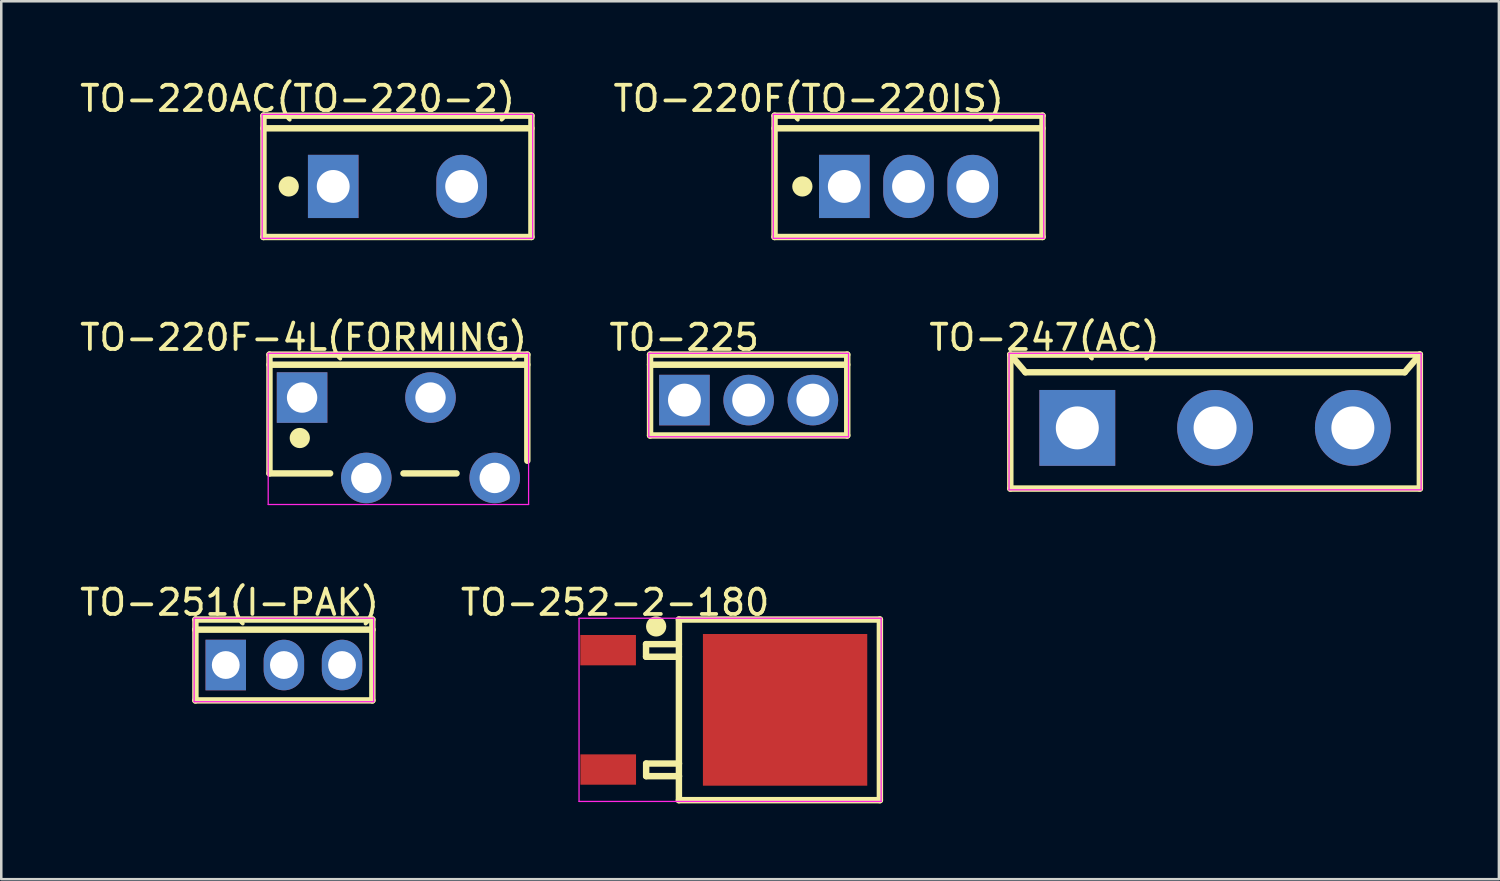
<source format=kicad_pcb>
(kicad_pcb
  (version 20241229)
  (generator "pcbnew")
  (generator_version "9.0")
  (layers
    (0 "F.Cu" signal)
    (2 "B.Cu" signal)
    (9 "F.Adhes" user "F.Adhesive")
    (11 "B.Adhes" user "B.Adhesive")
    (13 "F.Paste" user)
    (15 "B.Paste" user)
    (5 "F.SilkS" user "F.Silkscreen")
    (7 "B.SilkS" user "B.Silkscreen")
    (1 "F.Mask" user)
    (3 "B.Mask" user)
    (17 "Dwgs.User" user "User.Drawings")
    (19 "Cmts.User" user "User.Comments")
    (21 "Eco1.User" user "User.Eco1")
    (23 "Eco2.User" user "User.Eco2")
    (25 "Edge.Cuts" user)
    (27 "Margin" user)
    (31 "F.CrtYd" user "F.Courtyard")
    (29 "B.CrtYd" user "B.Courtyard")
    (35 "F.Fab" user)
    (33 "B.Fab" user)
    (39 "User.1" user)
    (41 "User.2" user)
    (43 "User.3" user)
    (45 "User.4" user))
  (footprint "TO-252-2-180"
    (layer "F.Cu")
    (at 21.005 25.029)
    (property "Reference" "TO-252-2-180" (at 0.275 -4.249 0) (layer "F.SilkS") (effects (font (size 1 1) (thickness 0.15))))
    (attr through_hole)
    (fp_line (start 1.5 -2.6) (end 2.8 -2.6) (stroke (width 0.254) (type solid)) (layer "F.SilkS"))
    (fp_line (start 1.5 -2.1) (end 1.5 -2.6) (stroke (width 0.254) (type solid)) (layer "F.SilkS"))
    (fp_line (start 1.5 -2.1) (end 2.8 -2.1) (stroke (width 0.254) (type solid)) (layer "F.SilkS"))
    (fp_line (start 1.504 2.123) (end 2.804 2.123) (stroke (width 0.254) (type solid)) (layer "F.SilkS"))
    (fp_line (start 1.504 2.623) (end 1.504 2.123) (stroke (width 0.254) (type solid)) (layer "F.SilkS"))
    (fp_line (start 1.504 2.623) (end 2.804 2.623) (stroke (width 0.254) (type solid)) (layer "F.SilkS"))
    (fp_line (start 2.8 -3.573) (end 10.75 -3.573) (stroke (width 0.254) (type solid)) (layer "F.SilkS"))
    (fp_line (start 2.8 3.573) (end 2.8 -3.573) (stroke (width 0.254) (type solid)) (layer "F.SilkS"))
    (fp_line (start 2.8 3.573) (end 10.75 3.573) (stroke (width 0.254) (type solid)) (layer "F.SilkS"))
    (fp_line (start 10.75 3.573) (end 10.75 -3.573) (stroke (width 0.254) (type solid)) (layer "F.SilkS"))
    (fp_circle (center 1.9 -3.3) (end 2.1 -3.3) (stroke (width 0.4) (type solid)) (fill no) (layer "F.SilkS"))
    (fp_line (start -1.15 -3.623) (end 10.8 -3.623) (stroke (width 0.05) (type solid)) (layer "F.CrtYd"))
    (fp_line (start -1.15 3.623) (end -1.15 -3.623) (stroke (width 0.05) (type solid)) (layer "F.CrtYd"))
    (fp_line (start 10.8 -3.623) (end 10.8 3.623) (stroke (width 0.05) (type solid)) (layer "F.CrtYd"))
    (fp_line (start 10.8 3.623) (end -1.15 3.623) (stroke (width 0.05) (type solid)) (layer "F.CrtYd"))
    (pad "1" smd rect (at 0 -2.361 270) (size 1.2 2.2) (layers "F.Cu" "F.Mask" "F.Paste"))
    (pad "2" smd rect (at 7 -0.00002 270) (size 6 6.5) (layers "F.Cu" "F.Mask" "F.Paste"))
    (pad "3" smd rect (at 0.004 2.361 90) (size 1.2 2.2) (layers "F.Cu" "F.Mask" "F.Paste")))
  (footprint "TO-220F-4L(FORMING)"
    (layer "F.Cu")
    (at 12.709 12.676)
    (property "Reference" "TO-220F-4L(FORMING)" (at -3.751 -2.376 0) (layer "F.SilkS") (effects (font (size 1 1) (thickness 0.15))))
    (attr through_hole)
    (fp_line (start -5.1 -1.7) (end 5.1 -1.7) (stroke (width 0.254) (type solid)) (layer "F.SilkS"))
    (fp_line (start -5.1 -1.3) (end 5.1 -1.3) (stroke (width 0.254) (type solid)) (layer "F.SilkS"))
    (fp_line (start -5.1 3) (end -5.1 -1.7) (stroke (width 0.254) (type solid)) (layer "F.SilkS"))
    (fp_line (start -5.1 3) (end -2.7 3) (stroke (width 0.254) (type solid)) (layer "F.SilkS"))
    (fp_line (start 0.2 3) (end 2.3 3) (stroke (width 0.254) (type solid)) (layer "F.SilkS"))
    (fp_line (start 5.1 2.5) (end 5.1 -1.7) (stroke (width 0.254) (type solid)) (layer "F.SilkS"))
    (fp_circle (center -3.9 1.6) (end -3.7 1.6) (stroke (width 0.4) (type solid)) (fill no) (layer "F.SilkS"))
    (fp_line (start -5.15 -1.75) (end 5.15 -1.75) (stroke (width 0.05) (type solid)) (layer "F.CrtYd"))
    (fp_line (start -5.15 4.23) (end -5.15 -1.75) (stroke (width 0.05) (type solid)) (layer "F.CrtYd"))
    (fp_line (start 5.15 -1.75) (end 5.15 4.23) (stroke (width 0.05) (type solid)) (layer "F.CrtYd"))
    (fp_line (start 5.15 4.23) (end -5.15 4.23) (stroke (width 0.05) (type solid)) (layer "F.CrtYd"))
    (pad "1" thru_hole rect (at -3.81 0) (size 2 2) (drill 1.2) (layers "*.Cu" "*.Mask"))
    (pad "2" thru_hole oval (at -1.27 3.18) (size 2 2) (drill 1.2) (layers "*.Cu" "*.Mask"))
    (pad "3" thru_hole oval (at 1.27 0) (size 2 2) (drill 1.2) (layers "*.Cu" "*.Mask"))
    (pad "4" thru_hole oval (at 3.81 3.18) (size 2 2) (drill 1.2) (layers "*.Cu" "*.Mask")))
  (footprint "TO-247(AC)"
    (layer "F.Cu")
    (at 45.014 13.876)
    (property "Reference" "TO-247(AC)" (at -6.751 -3.576 0) (layer "F.SilkS") (effects (font (size 1 1) (thickness 0.15))))
    (attr through_hole)
    (fp_line (start -8.1 -2.9) (end -7.5 -2.2) (stroke (width 0.254) (type solid)) (layer "F.SilkS"))
    (fp_line (start -8.1 -2.9) (end 8.1 -2.9) (stroke (width 0.254) (type solid)) (layer "F.SilkS"))
    (fp_line (start -8.1 2.4) (end -8.1 -2.9) (stroke (width 0.254) (type solid)) (layer "F.SilkS"))
    (fp_line (start -8.1 2.4) (end 8.1 2.4) (stroke (width 0.254) (type solid)) (layer "F.SilkS"))
    (fp_line (start -7.5 -2.2) (end 7.5 -2.2) (stroke (width 0.254) (type solid)) (layer "F.SilkS"))
    (fp_line (start 7.5 -2.2) (end 8.1 -2.9) (stroke (width 0.254) (type solid)) (layer "F.SilkS"))
    (fp_line (start 8.1 2.4) (end 8.1 -2.9) (stroke (width 0.254) (type solid)) (layer "F.SilkS"))
    (fp_line (start -8.15 -2.95) (end 8.15 -2.95) (stroke (width 0.05) (type solid)) (layer "F.CrtYd"))
    (fp_line (start -8.15 2.45) (end -8.15 -2.95) (stroke (width 0.05) (type solid)) (layer "F.CrtYd"))
    (fp_line (start 8.15 -2.95) (end 8.15 2.45) (stroke (width 0.05) (type solid)) (layer "F.CrtYd"))
    (fp_line (start 8.15 2.45) (end -8.15 2.45) (stroke (width 0.05) (type solid)) (layer "F.CrtYd"))
    (pad "1" thru_hole rect (at -5.45 0) (size 3 3) (drill 1.7) (layers "*.Cu" "*.Mask"))
    (pad "2" thru_hole oval (at 0 0) (size 3 3) (drill 1.7) (layers "*.Cu" "*.Mask"))
    (pad "3" thru_hole oval (at 5.45 0) (size 3 3) (drill 1.7) (layers "*.Cu" "*.Mask")))
  (footprint "TO-220AC(TO-220-2)"
    (layer "F.Cu")
    (at 12.671 4.325)
    (property "Reference" "TO-220AC(TO-220-2)" (at -3.951 -3.476 0) (layer "F.SilkS") (effects (font (size 1 1) (thickness 0.15))))
    (attr through_hole)
    (fp_line (start -5.3 -2.8) (end 5.3 -2.8) (stroke (width 0.254) (type solid)) (layer "F.SilkS"))
    (fp_line (start -5.3 -2.3) (end 5.3 -2.3) (stroke (width 0.254) (type solid)) (layer "F.SilkS"))
    (fp_line (start -5.3 2) (end -5.3 -2.8) (stroke (width 0.254) (type solid)) (layer "F.SilkS"))
    (fp_line (start -5.3 2) (end 5.3 2) (stroke (width 0.254) (type solid)) (layer "F.SilkS"))
    (fp_line (start 5.3 2) (end 5.3 -2.8) (stroke (width 0.254) (type solid)) (layer "F.SilkS"))
    (fp_circle (center -4.3 0) (end -4.1 0) (stroke (width 0.4) (type solid)) (fill no) (layer "F.SilkS"))
    (fp_line (start -5.35 -2.85) (end 5.35 -2.85) (stroke (width 0.05) (type solid)) (layer "F.CrtYd"))
    (fp_line (start -5.35 2.05) (end -5.35 -2.85) (stroke (width 0.05) (type solid)) (layer "F.CrtYd"))
    (fp_line (start 5.35 -2.85) (end 5.35 2.05) (stroke (width 0.05) (type solid)) (layer "F.CrtYd"))
    (fp_line (start 5.35 2.05) (end -5.35 2.05) (stroke (width 0.05) (type solid)) (layer "F.CrtYd"))
    (pad "1" thru_hole rect (at -2.54 0) (size 2 2.5) (drill 1.3) (layers "*.Cu" "*.Mask"))
    (pad "2" thru_hole oval (at 2.54 0) (size 2 2.5) (drill 1.3) (layers "*.Cu" "*.Mask")))
  (footprint "TO-251(I-PAK)"
    (layer "F.Cu")
    (at 8.18 23.256)
    (property "Reference" "TO-251(I-PAK)" (at -2.151 -2.476 0) (layer "F.SilkS") (effects (font (size 1 1) (thickness 0.15))))
    (attr through_hole)
    (fp_line (start -3.5 -1.8) (end 3.5 -1.8) (stroke (width 0.254) (type solid)) (layer "F.SilkS"))
    (fp_line (start -3.5 -1.4) (end -3.5 -1.8) (stroke (width 0.254) (type solid)) (layer "F.SilkS"))
    (fp_line (start -3.5 -1.4) (end 3.5 -1.4) (stroke (width 0.254) (type solid)) (layer "F.SilkS"))
    (fp_line (start -3.5 1.4) (end -3.5 -1.4) (stroke (width 0.254) (type solid)) (layer "F.SilkS"))
    (fp_line (start -3.5 1.4) (end 3.5 1.4) (stroke (width 0.254) (type solid)) (layer "F.SilkS"))
    (fp_line (start 3.5 -1.4) (end 3.5 -1.8) (stroke (width 0.254) (type solid)) (layer "F.SilkS"))
    (fp_line (start 3.5 1.4) (end 3.5 -1.4) (stroke (width 0.254) (type solid)) (layer "F.SilkS"))
    (fp_line (start -3.55 -1.85) (end 3.55 -1.85) (stroke (width 0.05) (type solid)) (layer "F.CrtYd"))
    (fp_line (start -3.55 1.45) (end -3.55 -1.85) (stroke (width 0.05) (type solid)) (layer "F.CrtYd"))
    (fp_line (start 3.55 -1.85) (end 3.55 1.45) (stroke (width 0.05) (type solid)) (layer "F.CrtYd"))
    (fp_line (start 3.55 1.45) (end -3.55 1.45) (stroke (width 0.05) (type solid)) (layer "F.CrtYd"))
    (pad "1" thru_hole rect (at -2.3 0) (size 1.6 2) (drill 1.1) (layers "*.Cu" "*.Mask"))
    (pad "2" thru_hole oval (at 0 0) (size 1.6 2) (drill 1.1) (layers "*.Cu" "*.Mask"))
    (pad "3" thru_hole oval (at 2.3 0) (size 1.6 2) (drill 1.1) (layers "*.Cu" "*.Mask")))
  (footprint "TO-225"
    (layer "F.Cu")
    (at 26.564 12.776)
    (property "Reference" "TO-225" (at -2.551 -2.476 0) (layer "F.SilkS") (effects (font (size 1 1) (thickness 0.15))))
    (attr through_hole)
    (fp_line (start -3.9 -1.8) (end 3.9 -1.8) (stroke (width 0.254) (type solid)) (layer "F.SilkS"))
    (fp_line (start -3.9 -1.4) (end 3.9 -1.4) (stroke (width 0.254) (type solid)) (layer "F.SilkS"))
    (fp_line (start -3.9 1.4) (end -3.9 -1.8) (stroke (width 0.254) (type solid)) (layer "F.SilkS"))
    (fp_line (start -3.9 1.4) (end 3.9 1.4) (stroke (width 0.254) (type solid)) (layer "F.SilkS"))
    (fp_line (start 3.9 1.4) (end 3.9 -1.8) (stroke (width 0.254) (type solid)) (layer "F.SilkS"))
    (fp_line (start -3.95 -1.85) (end 3.95 -1.85) (stroke (width 0.05) (type solid)) (layer "F.CrtYd"))
    (fp_line (start -3.95 1.45) (end -3.95 -1.85) (stroke (width 0.05) (type solid)) (layer "F.CrtYd"))
    (fp_line (start 3.95 -1.85) (end 3.95 1.45) (stroke (width 0.05) (type solid)) (layer "F.CrtYd"))
    (fp_line (start 3.95 1.45) (end -3.95 1.45) (stroke (width 0.05) (type solid)) (layer "F.CrtYd"))
    (pad "1" thru_hole rect (at -2.54 0 180) (size 2 2) (drill 1.3) (layers "*.Cu" "*.Mask"))
    (pad "2" thru_hole oval (at -0.00001 0 180) (size 2 2) (drill 1.3) (layers "*.Cu" "*.Mask"))
    (pad "3" thru_hole oval (at 2.54 0 180) (size 2 2) (drill 1.3) (layers "*.Cu" "*.Mask")))
  (footprint "TO-220F(TO-220IS)"
    (layer "F.Cu")
    (at 32.888 4.325)
    (property "Reference" "TO-220F(TO-220IS)" (at -3.951 -3.476 0) (layer "F.SilkS") (effects (font (size 1 1) (thickness 0.15))))
    (attr through_hole)
    (fp_line (start -5.3 -2.8) (end 5.3 -2.8) (stroke (width 0.254) (type solid)) (layer "F.SilkS"))
    (fp_line (start -5.3 -2.3) (end 5.3 -2.3) (stroke (width 0.254) (type solid)) (layer "F.SilkS"))
    (fp_line (start -5.3 2) (end -5.3 -2.8) (stroke (width 0.254) (type solid)) (layer "F.SilkS"))
    (fp_line (start -5.3 2) (end 5.3 2) (stroke (width 0.254) (type solid)) (layer "F.SilkS"))
    (fp_line (start 5.3 2) (end 5.3 -2.8) (stroke (width 0.254) (type solid)) (layer "F.SilkS"))
    (fp_circle (center -4.2 0) (end -4 0) (stroke (width 0.4) (type solid)) (fill no) (layer "F.SilkS"))
    (fp_line (start -5.35 -2.85) (end 5.35 -2.85) (stroke (width 0.05) (type solid)) (layer "F.CrtYd"))
    (fp_line (start -5.35 2.05) (end -5.35 -2.85) (stroke (width 0.05) (type solid)) (layer "F.CrtYd"))
    (fp_line (start 5.35 -2.85) (end 5.35 2.05) (stroke (width 0.05) (type solid)) (layer "F.CrtYd"))
    (fp_line (start 5.35 2.05) (end -5.35 2.05) (stroke (width 0.05) (type solid)) (layer "F.CrtYd"))
    (pad "1" thru_hole rect (at -2.54 0) (size 2 2.5) (drill 1.3) (layers "*.Cu" "*.Mask"))
    (pad "2" thru_hole oval (at 0 0) (size 2 2.5) (drill 1.3) (layers "*.Cu" "*.Mask"))
    (pad "3" thru_hole oval (at 2.54 0) (size 2 2.5) (drill 1.3) (layers "*.Cu" "*.Mask")))
  (gr_rect
    (start -3 -3)
    (end 56.241 31.729)
    (stroke (width 0.1) (type default))
    (fill no)
    (layer "Edge.Cuts")))
</source>
